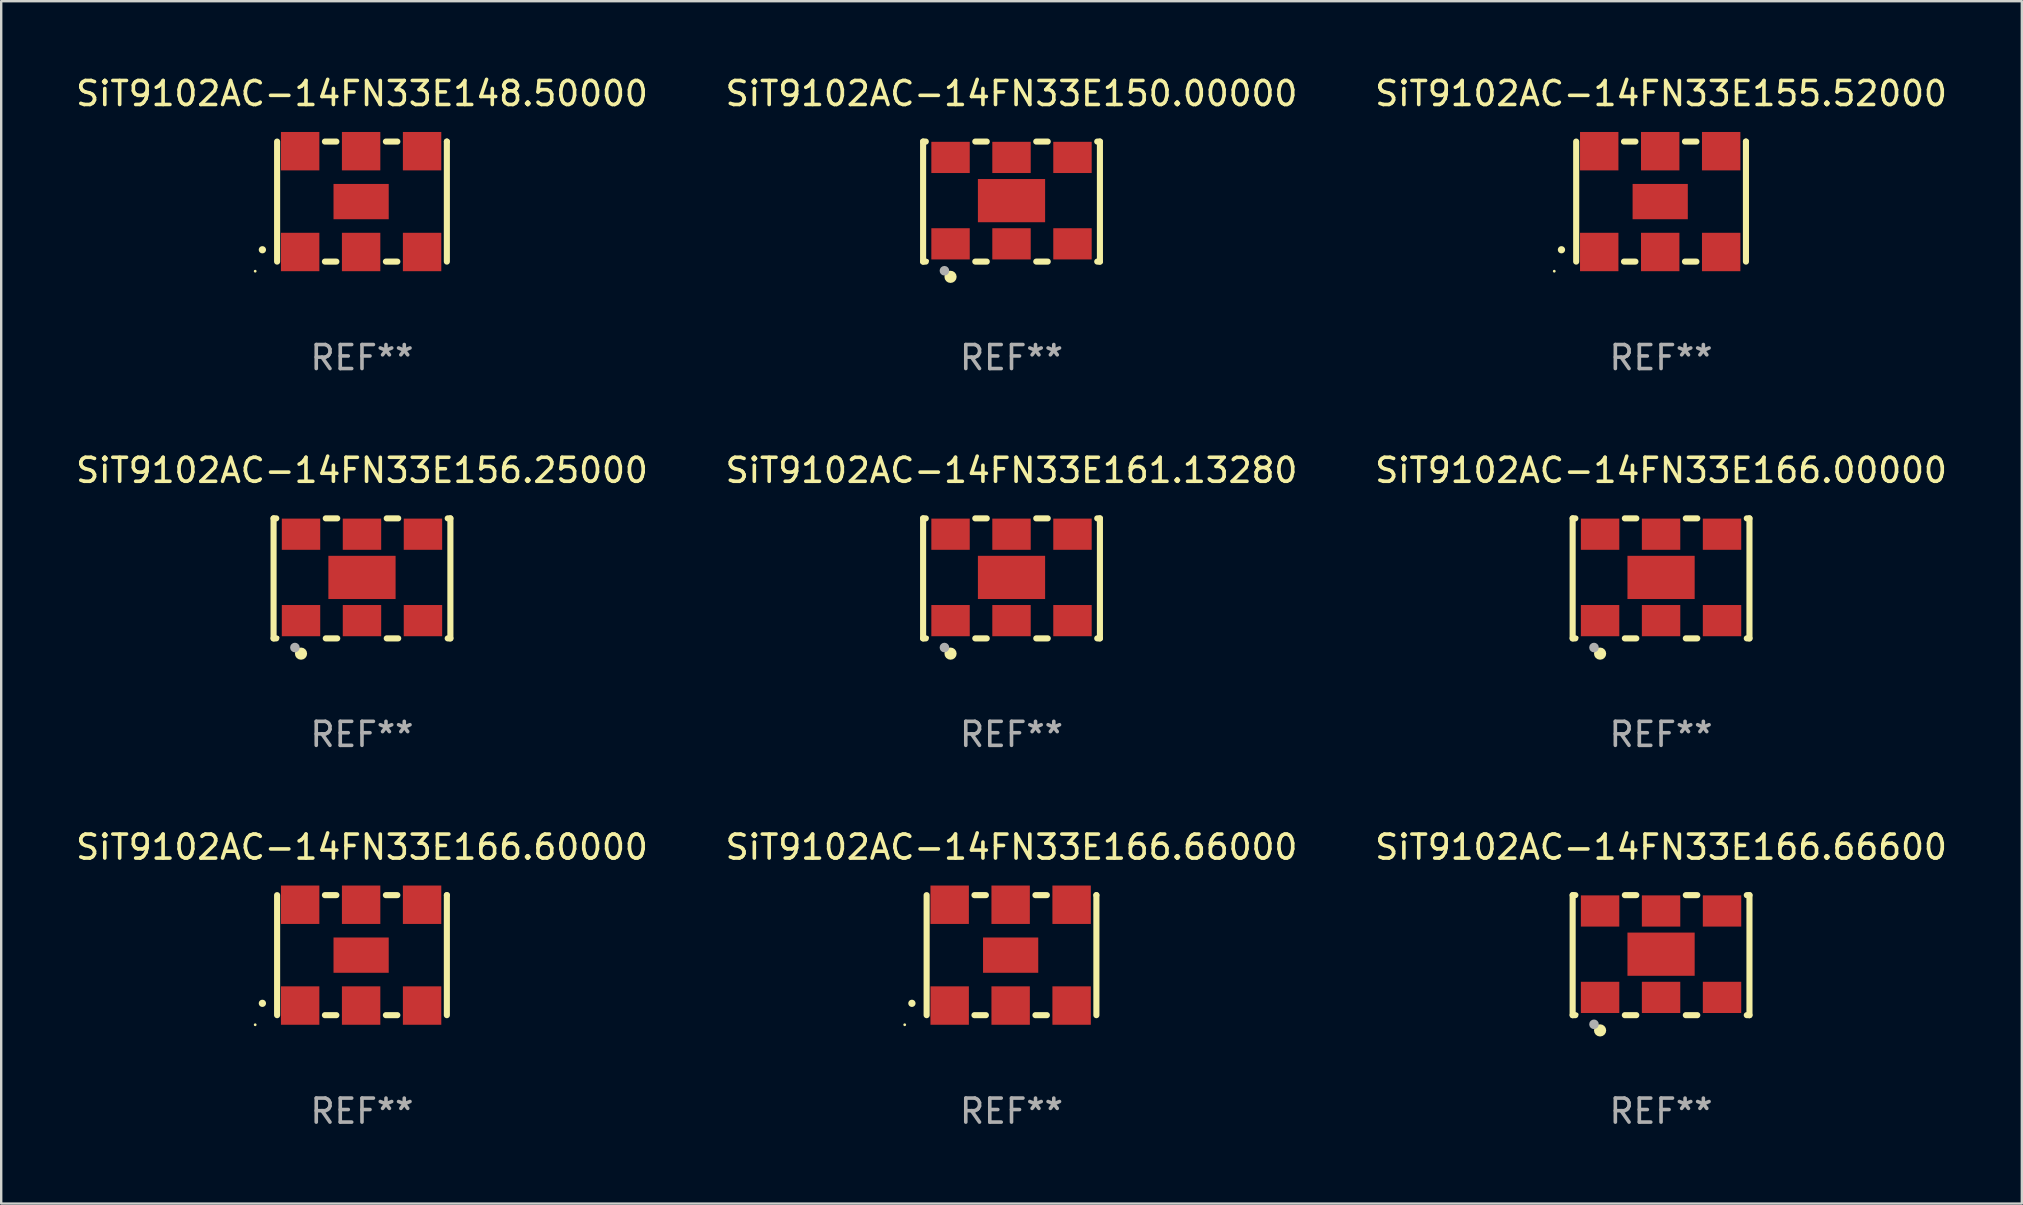
<source format=kicad_pcb>
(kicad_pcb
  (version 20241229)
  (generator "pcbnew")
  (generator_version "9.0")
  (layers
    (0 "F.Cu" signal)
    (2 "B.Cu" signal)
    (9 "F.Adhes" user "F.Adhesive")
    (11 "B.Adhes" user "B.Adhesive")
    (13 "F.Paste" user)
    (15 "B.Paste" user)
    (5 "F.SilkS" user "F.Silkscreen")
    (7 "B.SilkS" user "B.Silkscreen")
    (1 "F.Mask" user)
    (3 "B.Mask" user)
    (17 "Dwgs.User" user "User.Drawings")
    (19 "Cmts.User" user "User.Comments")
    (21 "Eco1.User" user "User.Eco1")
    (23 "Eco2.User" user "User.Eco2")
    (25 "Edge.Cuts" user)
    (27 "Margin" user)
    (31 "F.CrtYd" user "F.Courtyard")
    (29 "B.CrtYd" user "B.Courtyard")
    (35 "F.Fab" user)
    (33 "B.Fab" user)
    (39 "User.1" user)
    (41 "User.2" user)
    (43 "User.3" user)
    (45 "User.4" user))
  (footprint "SiT9102AC-14FN33E166.00000"
    (layer "F.Cu")
    (at 66.149 21.045)
    (property "Reference" "SiT9102AC-14FN33E166.00000" (at 0 -4.5 0) (layer "F.SilkS") (effects (font (size 1 1) (thickness 0.15))))
    (attr through_hole)
    (fp_line (start -3.683 -2.5) (end -3.571 -2.5) (stroke (width 0.254) (type solid)) (layer "F.SilkS"))
    (fp_line (start -3.683 2.5) (end -3.683 -2.5) (stroke (width 0.254) (type solid)) (layer "F.SilkS"))
    (fp_line (start -3.683 2.5) (end -3.571 2.5) (stroke (width 0.254) (type solid)) (layer "F.SilkS"))
    (fp_line (start -1.509 -2.5) (end -1.031 -2.5) (stroke (width 0.254) (type solid)) (layer "F.SilkS"))
    (fp_line (start -1.509 2.5) (end -1.031 2.5) (stroke (width 0.254) (type solid)) (layer "F.SilkS"))
    (fp_line (start 1.031 -2.5) (end 1.509 -2.5) (stroke (width 0.254) (type solid)) (layer "F.SilkS"))
    (fp_line (start 1.031 2.5) (end 1.509 2.5) (stroke (width 0.254) (type solid)) (layer "F.SilkS"))
    (fp_line (start 3.571 -2.5) (end 3.683 -2.5) (stroke (width 0.254) (type solid)) (layer "F.SilkS"))
    (fp_line (start 3.571 2.5) (end 3.683 2.5) (stroke (width 0.254) (type solid)) (layer "F.SilkS"))
    (fp_line (start 3.683 2.5) (end 3.683 -2.5) (stroke (width 0.254) (type solid)) (layer "F.SilkS"))
    (fp_circle (center -3.5 2.46) (end -3.47 2.46) (stroke (width 0.06) (type solid)) (fill no) (layer "F.SilkS"))
    (fp_circle (center -2.54 3.135) (end -2.413 3.135) (stroke (width 0.254) (type solid)) (fill no) (layer "F.SilkS"))
    (fp_circle (center -2.794 2.881) (end -2.694 2.881) (stroke (width 0.2) (type solid)) (fill no) (layer "F.Fab"))
    (fp_text user "REF**" (at 0 6.5 0) (layer "F.Fab") (effects (font (size 1 1) (thickness 0.15))))
    (pad "1" smd rect (at -2.54 1.76) (size 1.6 1.3) (layers "F.Cu" "F.Mask" "F.Paste"))
    (pad "2" smd rect (at 0 1.76) (size 1.6 1.3) (layers "F.Cu" "F.Mask" "F.Paste"))
    (pad "3" smd rect (at 2.54 1.76) (size 1.6 1.3) (layers "F.Cu" "F.Mask" "F.Paste"))
    (pad "4" smd rect (at 2.54 -1.84) (size 1.6 1.3) (layers "F.Cu" "F.Mask" "F.Paste"))
    (pad "5" smd rect (at 0 -1.84) (size 1.6 1.3) (layers "F.Cu" "F.Mask" "F.Paste"))
    (pad "6" smd rect (at -2.54 -1.84) (size 1.6 1.3) (layers "F.Cu" "F.Mask" "F.Paste"))
    (pad "7" smd rect (at 0 -0.04) (size 2.8 1.8) (layers "F.Cu" "F.Mask" "F.Paste")))
  (footprint "SiT9102AC-14FN33E155.52000"
    (layer "F.Cu")
    (at 66.149 5.348)
    (property "Reference" "SiT9102AC-14FN33E155.52000" (at 0 -4.5 0) (layer "F.SilkS") (effects (font (size 1 1) (thickness 0.15))))
    (attr through_hole)
    (fp_line (start -3.536 -2.5) (end -3.536 2.5) (stroke (width 0.254) (type solid)) (layer "F.SilkS"))
    (fp_line (start -1.544 2.5) (end -1.067 2.5) (stroke (width 0.254) (type solid)) (layer "F.SilkS"))
    (fp_line (start -1.067 -2.5) (end -1.544 -2.5) (stroke (width 0.254) (type solid)) (layer "F.SilkS"))
    (fp_line (start 0.996 2.5) (end 1.473 2.5) (stroke (width 0.254) (type solid)) (layer "F.SilkS"))
    (fp_line (start 1.473 -2.5) (end 0.996 -2.5) (stroke (width 0.254) (type solid)) (layer "F.SilkS"))
    (fp_line (start 3.536 -2.5) (end 3.536 -2.5) (stroke (width 0.254) (type solid)) (layer "F.SilkS"))
    (fp_line (start 3.536 2.5) (end 3.536 -2.5) (stroke (width 0.254) (type solid)) (layer "F.SilkS"))
    (fp_arc (start -4.150432 2.006604) (mid -4.149162 2.006599) (end -4.147892 2.006604) (stroke (width 0.3) (type solid)) (layer "F.SilkS"))
    (fp_circle (center -4.449 2.9) (end -4.419 2.9) (stroke (width 0.06) (type solid)) (fill no) (layer "F.SilkS"))
    (fp_text user "REF**" (at 0 6.5 0) (layer "F.Fab") (effects (font (size 1 1) (thickness 0.15))))
    (pad "1" smd rect (at -2.576 2.1) (size 1.6 1.6) (layers "F.Cu" "F.Mask" "F.Paste"))
    (pad "2" smd rect (at -0.036 2.1) (size 1.6 1.6) (layers "F.Cu" "F.Mask" "F.Paste"))
    (pad "3" smd rect (at 2.504 2.1) (size 1.6 1.6) (layers "F.Cu" "F.Mask" "F.Paste"))
    (pad "4" smd rect (at 2.504 -2.1) (size 1.6 1.6) (layers "F.Cu" "F.Mask" "F.Paste"))
    (pad "5" smd rect (at -0.036 -2.1) (size 1.6 1.6) (layers "F.Cu" "F.Mask" "F.Paste"))
    (pad "6" smd rect (at -2.576 -2.1) (size 1.6 1.6) (layers "F.Cu" "F.Mask" "F.Paste"))
    (pad "7" smd rect (at -0.036 0) (size 2.3 1.47) (layers "F.Cu" "F.Mask" "F.Paste")))
  (footprint "SiT9102AC-14FN33E166.66600"
    (layer "F.Cu")
    (at 66.149 36.741)
    (property "Reference" "SiT9102AC-14FN33E166.66600" (at 0 -4.5 0) (layer "F.SilkS") (effects (font (size 1 1) (thickness 0.15))))
    (attr through_hole)
    (fp_line (start -3.683 -2.5) (end -3.571 -2.5) (stroke (width 0.254) (type solid)) (layer "F.SilkS"))
    (fp_line (start -3.683 2.5) (end -3.683 -2.5) (stroke (width 0.254) (type solid)) (layer "F.SilkS"))
    (fp_line (start -3.683 2.5) (end -3.571 2.5) (stroke (width 0.254) (type solid)) (layer "F.SilkS"))
    (fp_line (start -1.509 -2.5) (end -1.031 -2.5) (stroke (width 0.254) (type solid)) (layer "F.SilkS"))
    (fp_line (start -1.509 2.5) (end -1.031 2.5) (stroke (width 0.254) (type solid)) (layer "F.SilkS"))
    (fp_line (start 1.031 -2.5) (end 1.509 -2.5) (stroke (width 0.254) (type solid)) (layer "F.SilkS"))
    (fp_line (start 1.031 2.5) (end 1.509 2.5) (stroke (width 0.254) (type solid)) (layer "F.SilkS"))
    (fp_line (start 3.571 -2.5) (end 3.683 -2.5) (stroke (width 0.254) (type solid)) (layer "F.SilkS"))
    (fp_line (start 3.571 2.5) (end 3.683 2.5) (stroke (width 0.254) (type solid)) (layer "F.SilkS"))
    (fp_line (start 3.683 2.5) (end 3.683 -2.5) (stroke (width 0.254) (type solid)) (layer "F.SilkS"))
    (fp_circle (center -3.5 2.46) (end -3.47 2.46) (stroke (width 0.06) (type solid)) (fill no) (layer "F.SilkS"))
    (fp_circle (center -2.54 3.135) (end -2.413 3.135) (stroke (width 0.254) (type solid)) (fill no) (layer "F.SilkS"))
    (fp_circle (center -2.794 2.881) (end -2.694 2.881) (stroke (width 0.2) (type solid)) (fill no) (layer "F.Fab"))
    (fp_text user "REF**" (at 0 6.5 0) (layer "F.Fab") (effects (font (size 1 1) (thickness 0.15))))
    (pad "1" smd rect (at -2.54 1.76) (size 1.6 1.3) (layers "F.Cu" "F.Mask" "F.Paste"))
    (pad "2" smd rect (at 0 1.76) (size 1.6 1.3) (layers "F.Cu" "F.Mask" "F.Paste"))
    (pad "3" smd rect (at 2.54 1.76) (size 1.6 1.3) (layers "F.Cu" "F.Mask" "F.Paste"))
    (pad "4" smd rect (at 2.54 -1.84) (size 1.6 1.3) (layers "F.Cu" "F.Mask" "F.Paste"))
    (pad "5" smd rect (at 0 -1.84) (size 1.6 1.3) (layers "F.Cu" "F.Mask" "F.Paste"))
    (pad "6" smd rect (at -2.54 -1.84) (size 1.6 1.3) (layers "F.Cu" "F.Mask" "F.Paste"))
    (pad "7" smd rect (at 0 -0.04) (size 2.8 1.8) (layers "F.Cu" "F.Mask" "F.Paste")))
  (footprint "SiT9102AC-14FN33E156.25000"
    (layer "F.Cu")
    (at 12.03 21.045)
    (property "Reference" "SiT9102AC-14FN33E156.25000" (at 0 -4.5 0) (layer "F.SilkS") (effects (font (size 1 1) (thickness 0.15))))
    (attr through_hole)
    (fp_line (start -3.683 -2.5) (end -3.571 -2.5) (stroke (width 0.254) (type solid)) (layer "F.SilkS"))
    (fp_line (start -3.683 2.5) (end -3.683 -2.5) (stroke (width 0.254) (type solid)) (layer "F.SilkS"))
    (fp_line (start -3.683 2.5) (end -3.571 2.5) (stroke (width 0.254) (type solid)) (layer "F.SilkS"))
    (fp_line (start -1.509 -2.5) (end -1.031 -2.5) (stroke (width 0.254) (type solid)) (layer "F.SilkS"))
    (fp_line (start -1.509 2.5) (end -1.031 2.5) (stroke (width 0.254) (type solid)) (layer "F.SilkS"))
    (fp_line (start 1.031 -2.5) (end 1.509 -2.5) (stroke (width 0.254) (type solid)) (layer "F.SilkS"))
    (fp_line (start 1.031 2.5) (end 1.509 2.5) (stroke (width 0.254) (type solid)) (layer "F.SilkS"))
    (fp_line (start 3.571 -2.5) (end 3.683 -2.5) (stroke (width 0.254) (type solid)) (layer "F.SilkS"))
    (fp_line (start 3.571 2.5) (end 3.683 2.5) (stroke (width 0.254) (type solid)) (layer "F.SilkS"))
    (fp_line (start 3.683 2.5) (end 3.683 -2.5) (stroke (width 0.254) (type solid)) (layer "F.SilkS"))
    (fp_circle (center -3.5 2.46) (end -3.47 2.46) (stroke (width 0.06) (type solid)) (fill no) (layer "F.SilkS"))
    (fp_circle (center -2.54 3.135) (end -2.413 3.135) (stroke (width 0.254) (type solid)) (fill no) (layer "F.SilkS"))
    (fp_circle (center -2.794 2.881) (end -2.694 2.881) (stroke (width 0.2) (type solid)) (fill no) (layer "F.Fab"))
    (fp_text user "REF**" (at 0 6.5 0) (layer "F.Fab") (effects (font (size 1 1) (thickness 0.15))))
    (pad "1" smd rect (at -2.54 1.76) (size 1.6 1.3) (layers "F.Cu" "F.Mask" "F.Paste"))
    (pad "2" smd rect (at 0 1.76) (size 1.6 1.3) (layers "F.Cu" "F.Mask" "F.Paste"))
    (pad "3" smd rect (at 2.54 1.76) (size 1.6 1.3) (layers "F.Cu" "F.Mask" "F.Paste"))
    (pad "4" smd rect (at 2.54 -1.84) (size 1.6 1.3) (layers "F.Cu" "F.Mask" "F.Paste"))
    (pad "5" smd rect (at 0 -1.84) (size 1.6 1.3) (layers "F.Cu" "F.Mask" "F.Paste"))
    (pad "6" smd rect (at -2.54 -1.84) (size 1.6 1.3) (layers "F.Cu" "F.Mask" "F.Paste"))
    (pad "7" smd rect (at 0 -0.04) (size 2.8 1.8) (layers "F.Cu" "F.Mask" "F.Paste")))
  (footprint "SiT9102AC-14FN33E148.50000"
    (layer "F.Cu")
    (at 12.03 5.348)
    (property "Reference" "SiT9102AC-14FN33E148.50000" (at 0 -4.5 0) (layer "F.SilkS") (effects (font (size 1 1) (thickness 0.15))))
    (attr through_hole)
    (fp_line (start -3.536 -2.5) (end -3.536 2.5) (stroke (width 0.254) (type solid)) (layer "F.SilkS"))
    (fp_line (start -1.544 2.5) (end -1.067 2.5) (stroke (width 0.254) (type solid)) (layer "F.SilkS"))
    (fp_line (start -1.067 -2.5) (end -1.544 -2.5) (stroke (width 0.254) (type solid)) (layer "F.SilkS"))
    (fp_line (start 0.996 2.5) (end 1.473 2.5) (stroke (width 0.254) (type solid)) (layer "F.SilkS"))
    (fp_line (start 1.473 -2.5) (end 0.996 -2.5) (stroke (width 0.254) (type solid)) (layer "F.SilkS"))
    (fp_line (start 3.536 -2.5) (end 3.536 -2.5) (stroke (width 0.254) (type solid)) (layer "F.SilkS"))
    (fp_line (start 3.536 2.5) (end 3.536 -2.5) (stroke (width 0.254) (type solid)) (layer "F.SilkS"))
    (fp_arc (start -4.150432 2.006604) (mid -4.149162 2.006599) (end -4.147892 2.006604) (stroke (width 0.3) (type solid)) (layer "F.SilkS"))
    (fp_circle (center -4.449 2.9) (end -4.419 2.9) (stroke (width 0.06) (type solid)) (fill no) (layer "F.SilkS"))
    (fp_text user "REF**" (at 0 6.5 0) (layer "F.Fab") (effects (font (size 1 1) (thickness 0.15))))
    (pad "1" smd rect (at -2.576 2.1) (size 1.6 1.6) (layers "F.Cu" "F.Mask" "F.Paste"))
    (pad "2" smd rect (at -0.036 2.1) (size 1.6 1.6) (layers "F.Cu" "F.Mask" "F.Paste"))
    (pad "3" smd rect (at 2.504 2.1) (size 1.6 1.6) (layers "F.Cu" "F.Mask" "F.Paste"))
    (pad "4" smd rect (at 2.504 -2.1) (size 1.6 1.6) (layers "F.Cu" "F.Mask" "F.Paste"))
    (pad "5" smd rect (at -0.036 -2.1) (size 1.6 1.6) (layers "F.Cu" "F.Mask" "F.Paste"))
    (pad "6" smd rect (at -2.576 -2.1) (size 1.6 1.6) (layers "F.Cu" "F.Mask" "F.Paste"))
    (pad "7" smd rect (at -0.036 0) (size 2.3 1.47) (layers "F.Cu" "F.Mask" "F.Paste")))
  (footprint "SiT9102AC-14FN33E150.00000"
    (layer "F.Cu")
    (at 39.089 5.348)
    (property "Reference" "SiT9102AC-14FN33E150.00000" (at 0 -4.5 0) (layer "F.SilkS") (effects (font (size 1 1) (thickness 0.15))))
    (attr through_hole)
    (fp_line (start -3.683 -2.5) (end -3.571 -2.5) (stroke (width 0.254) (type solid)) (layer "F.SilkS"))
    (fp_line (start -3.683 2.5) (end -3.683 -2.5) (stroke (width 0.254) (type solid)) (layer "F.SilkS"))
    (fp_line (start -3.683 2.5) (end -3.571 2.5) (stroke (width 0.254) (type solid)) (layer "F.SilkS"))
    (fp_line (start -1.509 -2.5) (end -1.031 -2.5) (stroke (width 0.254) (type solid)) (layer "F.SilkS"))
    (fp_line (start -1.509 2.5) (end -1.031 2.5) (stroke (width 0.254) (type solid)) (layer "F.SilkS"))
    (fp_line (start 1.031 -2.5) (end 1.509 -2.5) (stroke (width 0.254) (type solid)) (layer "F.SilkS"))
    (fp_line (start 1.031 2.5) (end 1.509 2.5) (stroke (width 0.254) (type solid)) (layer "F.SilkS"))
    (fp_line (start 3.571 -2.5) (end 3.683 -2.5) (stroke (width 0.254) (type solid)) (layer "F.SilkS"))
    (fp_line (start 3.571 2.5) (end 3.683 2.5) (stroke (width 0.254) (type solid)) (layer "F.SilkS"))
    (fp_line (start 3.683 2.5) (end 3.683 -2.5) (stroke (width 0.254) (type solid)) (layer "F.SilkS"))
    (fp_circle (center -3.5 2.46) (end -3.47 2.46) (stroke (width 0.06) (type solid)) (fill no) (layer "F.SilkS"))
    (fp_circle (center -2.54 3.135) (end -2.413 3.135) (stroke (width 0.254) (type solid)) (fill no) (layer "F.SilkS"))
    (fp_circle (center -2.794 2.881) (end -2.694 2.881) (stroke (width 0.2) (type solid)) (fill no) (layer "F.Fab"))
    (fp_text user "REF**" (at 0 6.5 0) (layer "F.Fab") (effects (font (size 1 1) (thickness 0.15))))
    (pad "1" smd rect (at -2.54 1.76) (size 1.6 1.3) (layers "F.Cu" "F.Mask" "F.Paste"))
    (pad "2" smd rect (at 0 1.76) (size 1.6 1.3) (layers "F.Cu" "F.Mask" "F.Paste"))
    (pad "3" smd rect (at 2.54 1.76) (size 1.6 1.3) (layers "F.Cu" "F.Mask" "F.Paste"))
    (pad "4" smd rect (at 2.54 -1.84) (size 1.6 1.3) (layers "F.Cu" "F.Mask" "F.Paste"))
    (pad "5" smd rect (at 0 -1.84) (size 1.6 1.3) (layers "F.Cu" "F.Mask" "F.Paste"))
    (pad "6" smd rect (at -2.54 -1.84) (size 1.6 1.3) (layers "F.Cu" "F.Mask" "F.Paste"))
    (pad "7" smd rect (at 0 -0.04) (size 2.8 1.8) (layers "F.Cu" "F.Mask" "F.Paste")))
  (footprint "SiT9102AC-14FN33E166.60000"
    (layer "F.Cu")
    (at 12.03 36.741)
    (property "Reference" "SiT9102AC-14FN33E166.60000" (at 0 -4.5 0) (layer "F.SilkS") (effects (font (size 1 1) (thickness 0.15))))
    (attr through_hole)
    (fp_line (start -3.536 -2.5) (end -3.536 2.5) (stroke (width 0.254) (type solid)) (layer "F.SilkS"))
    (fp_line (start -1.544 2.5) (end -1.067 2.5) (stroke (width 0.254) (type solid)) (layer "F.SilkS"))
    (fp_line (start -1.067 -2.5) (end -1.544 -2.5) (stroke (width 0.254) (type solid)) (layer "F.SilkS"))
    (fp_line (start 0.996 2.5) (end 1.473 2.5) (stroke (width 0.254) (type solid)) (layer "F.SilkS"))
    (fp_line (start 1.473 -2.5) (end 0.996 -2.5) (stroke (width 0.254) (type solid)) (layer "F.SilkS"))
    (fp_line (start 3.536 -2.5) (end 3.536 -2.5) (stroke (width 0.254) (type solid)) (layer "F.SilkS"))
    (fp_line (start 3.536 2.5) (end 3.536 -2.5) (stroke (width 0.254) (type solid)) (layer "F.SilkS"))
    (fp_arc (start -4.150432 2.006604) (mid -4.149162 2.006599) (end -4.147892 2.006604) (stroke (width 0.3) (type solid)) (layer "F.SilkS"))
    (fp_circle (center -4.449 2.9) (end -4.419 2.9) (stroke (width 0.06) (type solid)) (fill no) (layer "F.SilkS"))
    (fp_text user "REF**" (at 0 6.5 0) (layer "F.Fab") (effects (font (size 1 1) (thickness 0.15))))
    (pad "1" smd rect (at -2.576 2.1) (size 1.6 1.6) (layers "F.Cu" "F.Mask" "F.Paste"))
    (pad "2" smd rect (at -0.036 2.1) (size 1.6 1.6) (layers "F.Cu" "F.Mask" "F.Paste"))
    (pad "3" smd rect (at 2.504 2.1) (size 1.6 1.6) (layers "F.Cu" "F.Mask" "F.Paste"))
    (pad "4" smd rect (at 2.504 -2.1) (size 1.6 1.6) (layers "F.Cu" "F.Mask" "F.Paste"))
    (pad "5" smd rect (at -0.036 -2.1) (size 1.6 1.6) (layers "F.Cu" "F.Mask" "F.Paste"))
    (pad "6" smd rect (at -2.576 -2.1) (size 1.6 1.6) (layers "F.Cu" "F.Mask" "F.Paste"))
    (pad "7" smd rect (at -0.036 0) (size 2.3 1.47) (layers "F.Cu" "F.Mask" "F.Paste")))
  (footprint "SiT9102AC-14FN33E161.13280"
    (layer "F.Cu")
    (at 39.089 21.045)
    (property "Reference" "SiT9102AC-14FN33E161.13280" (at 0 -4.5 0) (layer "F.SilkS") (effects (font (size 1 1) (thickness 0.15))))
    (attr through_hole)
    (fp_line (start -3.683 -2.5) (end -3.571 -2.5) (stroke (width 0.254) (type solid)) (layer "F.SilkS"))
    (fp_line (start -3.683 2.5) (end -3.683 -2.5) (stroke (width 0.254) (type solid)) (layer "F.SilkS"))
    (fp_line (start -3.683 2.5) (end -3.571 2.5) (stroke (width 0.254) (type solid)) (layer "F.SilkS"))
    (fp_line (start -1.509 -2.5) (end -1.031 -2.5) (stroke (width 0.254) (type solid)) (layer "F.SilkS"))
    (fp_line (start -1.509 2.5) (end -1.031 2.5) (stroke (width 0.254) (type solid)) (layer "F.SilkS"))
    (fp_line (start 1.031 -2.5) (end 1.509 -2.5) (stroke (width 0.254) (type solid)) (layer "F.SilkS"))
    (fp_line (start 1.031 2.5) (end 1.509 2.5) (stroke (width 0.254) (type solid)) (layer "F.SilkS"))
    (fp_line (start 3.571 -2.5) (end 3.683 -2.5) (stroke (width 0.254) (type solid)) (layer "F.SilkS"))
    (fp_line (start 3.571 2.5) (end 3.683 2.5) (stroke (width 0.254) (type solid)) (layer "F.SilkS"))
    (fp_line (start 3.683 2.5) (end 3.683 -2.5) (stroke (width 0.254) (type solid)) (layer "F.SilkS"))
    (fp_circle (center -3.5 2.46) (end -3.47 2.46) (stroke (width 0.06) (type solid)) (fill no) (layer "F.SilkS"))
    (fp_circle (center -2.54 3.135) (end -2.413 3.135) (stroke (width 0.254) (type solid)) (fill no) (layer "F.SilkS"))
    (fp_circle (center -2.794 2.881) (end -2.694 2.881) (stroke (width 0.2) (type solid)) (fill no) (layer "F.Fab"))
    (fp_text user "REF**" (at 0 6.5 0) (layer "F.Fab") (effects (font (size 1 1) (thickness 0.15))))
    (pad "1" smd rect (at -2.54 1.76) (size 1.6 1.3) (layers "F.Cu" "F.Mask" "F.Paste"))
    (pad "2" smd rect (at 0 1.76) (size 1.6 1.3) (layers "F.Cu" "F.Mask" "F.Paste"))
    (pad "3" smd rect (at 2.54 1.76) (size 1.6 1.3) (layers "F.Cu" "F.Mask" "F.Paste"))
    (pad "4" smd rect (at 2.54 -1.84) (size 1.6 1.3) (layers "F.Cu" "F.Mask" "F.Paste"))
    (pad "5" smd rect (at 0 -1.84) (size 1.6 1.3) (layers "F.Cu" "F.Mask" "F.Paste"))
    (pad "6" smd rect (at -2.54 -1.84) (size 1.6 1.3) (layers "F.Cu" "F.Mask" "F.Paste"))
    (pad "7" smd rect (at 0 -0.04) (size 2.8 1.8) (layers "F.Cu" "F.Mask" "F.Paste")))
  (footprint "SiT9102AC-14FN33E166.66000"
    (layer "F.Cu")
    (at 39.089 36.741)
    (property "Reference" "SiT9102AC-14FN33E166.66000" (at 0 -4.5 0) (layer "F.SilkS") (effects (font (size 1 1) (thickness 0.15))))
    (attr through_hole)
    (fp_line (start -3.536 -2.5) (end -3.536 2.5) (stroke (width 0.254) (type solid)) (layer "F.SilkS"))
    (fp_line (start -1.544 2.5) (end -1.067 2.5) (stroke (width 0.254) (type solid)) (layer "F.SilkS"))
    (fp_line (start -1.067 -2.5) (end -1.544 -2.5) (stroke (width 0.254) (type solid)) (layer "F.SilkS"))
    (fp_line (start 0.996 2.5) (end 1.473 2.5) (stroke (width 0.254) (type solid)) (layer "F.SilkS"))
    (fp_line (start 1.473 -2.5) (end 0.996 -2.5) (stroke (width 0.254) (type solid)) (layer "F.SilkS"))
    (fp_line (start 3.536 -2.5) (end 3.536 -2.5) (stroke (width 0.254) (type solid)) (layer "F.SilkS"))
    (fp_line (start 3.536 2.5) (end 3.536 -2.5) (stroke (width 0.254) (type solid)) (layer "F.SilkS"))
    (fp_arc (start -4.150432 2.006604) (mid -4.149162 2.006599) (end -4.147892 2.006604) (stroke (width 0.3) (type solid)) (layer "F.SilkS"))
    (fp_circle (center -4.449 2.9) (end -4.419 2.9) (stroke (width 0.06) (type solid)) (fill no) (layer "F.SilkS"))
    (fp_text user "REF**" (at 0 6.5 0) (layer "F.Fab") (effects (font (size 1 1) (thickness 0.15))))
    (pad "1" smd rect (at -2.576 2.1) (size 1.6 1.6) (layers "F.Cu" "F.Mask" "F.Paste"))
    (pad "2" smd rect (at -0.036 2.1) (size 1.6 1.6) (layers "F.Cu" "F.Mask" "F.Paste"))
    (pad "3" smd rect (at 2.504 2.1) (size 1.6 1.6) (layers "F.Cu" "F.Mask" "F.Paste"))
    (pad "4" smd rect (at 2.504 -2.1) (size 1.6 1.6) (layers "F.Cu" "F.Mask" "F.Paste"))
    (pad "5" smd rect (at -0.036 -2.1) (size 1.6 1.6) (layers "F.Cu" "F.Mask" "F.Paste"))
    (pad "6" smd rect (at -2.576 -2.1) (size 1.6 1.6) (layers "F.Cu" "F.Mask" "F.Paste"))
    (pad "7" smd rect (at -0.036 0) (size 2.3 1.47) (layers "F.Cu" "F.Mask" "F.Paste")))
  (gr_rect
    (start -3 -3)
    (end 81.179 47.09)
    (stroke (width 0.1) (type default))
    (fill no)
    (layer "Edge.Cuts")))
</source>
